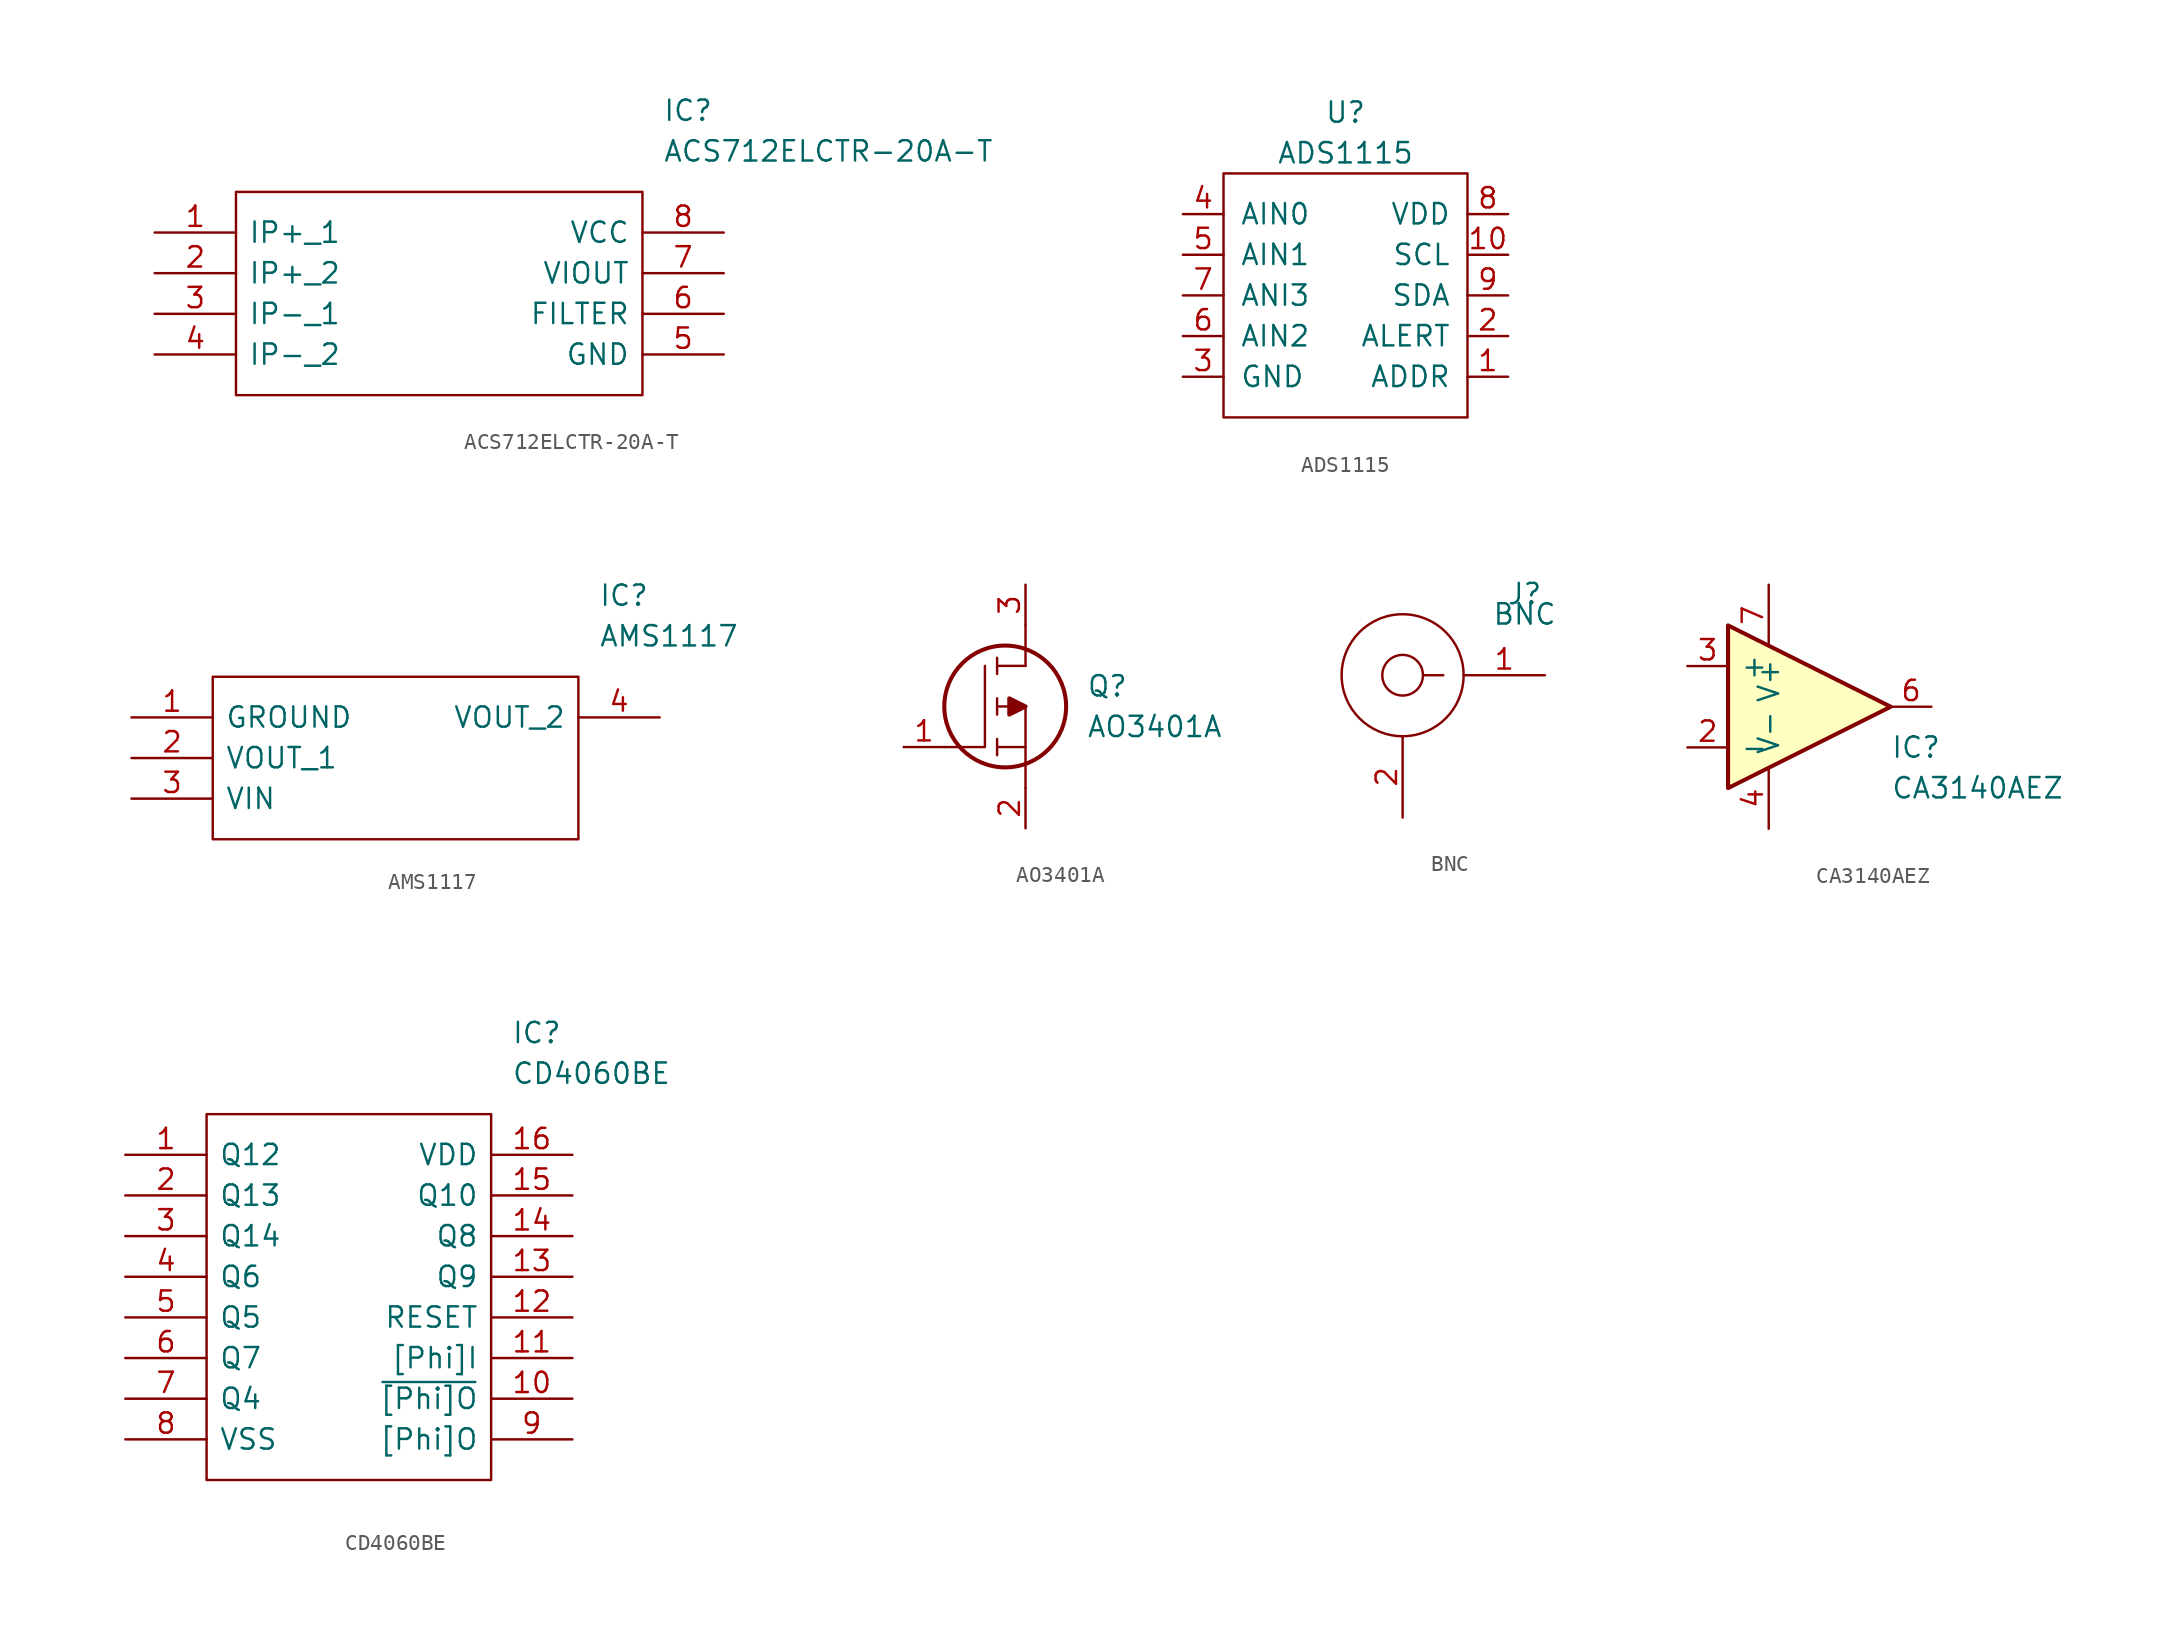
<source format=kicad_sym>
(kicad_symbol_lib
  (version 20231120)
  (generator "kicad_symbol_editor")
  (generator_version "8.0")
  (symbol "ACS712ELCTR-20A-T"
    (pin_names
      (offset 0.762))
    (property "Reference" "IC"
      (at 13.97 11.43 0)
      (effects (font (size 1.27 1.27)) (justify left)))
    (property "Value" "ACS712ELCTR-20A-T"
      (at 13.97 8.89 0)
      (effects (font (size 1.27 1.27)) (justify left)))
    (symbol "ACS712ELCTR-20A-T_0_0"
      (pin passive line (at -17.78 3.81 0) (length 5.08) (name "IP+_1" (effects (font (size 1.27 1.27)))) (number "1" (effects (font (size 1.27 1.27)))))
      (pin passive line (at -17.78 1.27 0) (length 5.08) (name "IP+_2" (effects (font (size 1.27 1.27)))) (number "2" (effects (font (size 1.27 1.27)))))
      (pin passive line (at -17.78 -1.27 0) (length 5.08) (name "IP-_1" (effects (font (size 1.27 1.27)))) (number "3" (effects (font (size 1.27 1.27)))))
      (pin passive line (at -17.78 -3.81 0) (length 5.08) (name "IP-_2" (effects (font (size 1.27 1.27)))) (number "4" (effects (font (size 1.27 1.27)))))
      (pin passive line (at 17.78 -3.81 180) (length 5.08) (name "GND" (effects (font (size 1.27 1.27)))) (number "5" (effects (font (size 1.27 1.27)))))
      (pin passive line (at 17.78 -1.27 180) (length 5.08) (name "FILTER" (effects (font (size 1.27 1.27)))) (number "6" (effects (font (size 1.27 1.27)))))
      (pin passive line (at 17.78 1.27 180) (length 5.08) (name "VIOUT" (effects (font (size 1.27 1.27)))) (number "7" (effects (font (size 1.27 1.27)))))
      (pin passive line (at 17.78 3.81 180) (length 5.08) (name "VCC" (effects (font (size 1.27 1.27)))) (number "8" (effects (font (size 1.27 1.27))))))
    (symbol "ACS712ELCTR-20A-T_0_1"
      (polyline (pts (xy -12.7 6.35) (xy 12.7 6.35) (xy 12.7 -6.35) (xy -12.7 -6.35) (xy -12.7 6.35)) (stroke (width 0.152) (type default)) (fill (type none)))))
  (symbol "ADS1115"
    (pin_names
      (offset 1.016))
    (property "Reference" "U"
      (at 0 11.43 0)
      (effects (font (size 1.27 1.27))))
    (property "Value" "ADS1115"
      (at 0 8.89 0)
      (effects (font (size 1.27 1.27))))
    (symbol "ADS1115_0_1"
      (rectangle (start -7.62 7.62) (end 7.62 -7.62) (stroke (width 0) (type default)) (fill (type none))))
    (symbol "ADS1115_1_1"
      (pin input line (at 10.16 -5.08 180) (length 2.54) (name "ADDR" (effects (font (size 1.27 1.27)))) (number "1" (effects (font (size 1.27 1.27)))))
      (pin input line (at 10.16 2.54 180) (length 2.54) (name "SCL" (effects (font (size 1.27 1.27)))) (number "10" (effects (font (size 1.27 1.27)))))
      (pin input line (at 10.16 -2.54 180) (length 2.54) (name "ALERT" (effects (font (size 1.27 1.27)))) (number "2" (effects (font (size 1.27 1.27)))))
      (pin input line (at -10.16 -5.08 0) (length 2.54) (name "GND" (effects (font (size 1.27 1.27)))) (number "3" (effects (font (size 1.27 1.27)))))
      (pin input line (at -10.16 5.08 0) (length 2.54) (name "AIN0" (effects (font (size 1.27 1.27)))) (number "4" (effects (font (size 1.27 1.27)))))
      (pin input line (at -10.16 2.54 0) (length 2.54) (name "AIN1" (effects (font (size 1.27 1.27)))) (number "5" (effects (font (size 1.27 1.27)))))
      (pin input line (at -10.16 -2.54 0) (length 2.54) (name "AIN2" (effects (font (size 1.27 1.27)))) (number "6" (effects (font (size 1.27 1.27)))))
      (pin input line (at -10.16 0 0) (length 2.54) (name "ANI3" (effects (font (size 1.27 1.27)))) (number "7" (effects (font (size 1.27 1.27)))))
      (pin input line (at 10.16 5.08 180) (length 2.54) (name "VDD" (effects (font (size 1.27 1.27)))) (number "8" (effects (font (size 1.27 1.27)))))
      (pin input line (at 10.16 0 180) (length 2.54) (name "SDA" (effects (font (size 1.27 1.27)))) (number "9" (effects (font (size 1.27 1.27)))))))
  (symbol "AMS1117"
    (pin_names
      (offset 0.762))
    (property "Reference" "IC"
      (at 29.21 7.62 0)
      (effects (font (size 1.27 1.27)) (justify left)))
    (property "Value" "AMS1117"
      (at 29.21 5.08 0)
      (effects (font (size 1.27 1.27)) (justify left)))
    (symbol "AMS1117_0_0"
      (pin passive line (at 0 0 0) (length 5.08) (name "GROUND" (effects (font (size 1.27 1.27)))) (number "1" (effects (font (size 1.27 1.27)))))
      (pin passive line (at 0 -2.54 0) (length 5.08) (name "VOUT_1" (effects (font (size 1.27 1.27)))) (number "2" (effects (font (size 1.27 1.27)))))
      (pin passive line (at 0 -5.08 0) (length 5.08) (name "VIN" (effects (font (size 1.27 1.27)))) (number "3" (effects (font (size 1.27 1.27)))))
      (pin passive line (at 33.02 0 180) (length 5.08) (name "VOUT_2" (effects (font (size 1.27 1.27)))) (number "4" (effects (font (size 1.27 1.27))))))
    (symbol "AMS1117_0_1"
      (polyline (pts (xy 5.08 2.54) (xy 27.94 2.54) (xy 27.94 -7.62) (xy 5.08 -7.62) (xy 5.08 2.54)) (stroke (width 0.152) (type default)) (fill (type none)))))
  (symbol "AO3401A"
    (pin_names
      (offset 0.762))
    (property "Reference" "Q"
      (at 5.08 1.27 0)
      (effects (font (size 1.27 1.27)) (justify left)))
    (property "Value" "AO3401A"
      (at 5.08 -1.27 0)
      (effects (font (size 1.27 1.27)) (justify left)))
    (symbol "AO3401A_0_0"
      (pin passive line (at -6.35 -2.54 0) (length 2.54) (name "~" (effects (font (size 1.27 1.27)))) (number "1" (effects (font (size 1.27 1.27)))))
      (pin passive line (at 1.27 -7.62 90) (length 2.54) (name "~" (effects (font (size 1.27 1.27)))) (number "2" (effects (font (size 1.27 1.27)))))
      (pin passive line (at 1.27 7.62 270) (length 2.54) (name "~" (effects (font (size 1.27 1.27)))) (number "3" (effects (font (size 1.27 1.27))))))
    (symbol "AO3401A_0_1"
      (polyline (pts (xy -0.508 -3.048) (xy -0.508 -2.032)) (stroke (width 0.152) (type default)) (fill (type none)))
      (polyline (pts (xy -0.508 -2.54) (xy 1.27 -2.54)) (stroke (width 0.152) (type default)) (fill (type none)))
      (polyline (pts (xy -0.508 -0.508) (xy -0.508 0.508)) (stroke (width 0.152) (type default)) (fill (type none)))
      (polyline (pts (xy -0.508 3.048) (xy -0.508 2.032)) (stroke (width 0.152) (type default)) (fill (type none)))
      (polyline (pts (xy 1.27 0) (xy -0.508 0)) (stroke (width 0.152) (type default)) (fill (type none)))
      (polyline (pts (xy 1.27 0) (xy 1.27 -5.08)) (stroke (width 0.152) (type default)) (fill (type none)))
      (polyline (pts (xy 1.27 2.54) (xy -0.508 2.54)) (stroke (width 0.152) (type default)) (fill (type none)))
      (polyline (pts (xy 1.27 2.54) (xy 1.27 5.08)) (stroke (width 0.152) (type default)) (fill (type none)))
      (polyline (pts (xy -3.81 -2.54) (xy -1.27 -2.54) (xy -1.27 2.54)) (stroke (width 0.152) (type default)) (fill (type none)))
      (polyline (pts (xy 1.27 0) (xy 0.254 0.508) (xy 0.254 -0.508) (xy 1.27 0)) (stroke (width 0.254) (type default)) (fill (type outline)))
      (circle (center 0 0) (radius 3.81) (stroke (width 0.254) (type default)) (fill (type none)))))
  (symbol "BNC"
    (pin_names
      (offset 1.016) hide)
    (property "Reference" "J"
      (at 7.62 5.08 0)
      (effects (font (size 1.27 1.27))))
    (property "Value" "BNC"
      (at 7.62 3.81 0)
      (effects (font (size 1.27 1.27))))
    (symbol "BNC_0_0"
      (pin passive line (at 8.89 0 180) (length 5.08) (name "OUT" (effects (font (size 1.27 1.27)))) (number "1" (effects (font (size 1.27 1.27)))))
      (pin passive line (at 0 -8.89 90) (length 5.08) (name "GND" (effects (font (size 1.27 1.27)))) (number "2" (effects (font (size 1.27 1.27))))))
    (symbol "BNC_0_1"
      (polyline (pts (xy 1.27 0) (xy 2.54 0)) (stroke (width 0) (type default)) (fill (type none)))
      (circle (center 0 0) (radius 1.27) (stroke (width 0) (type default)) (fill (type none)))
      (circle (center 0 0) (radius 3.81) (stroke (width 0) (type default)) (fill (type none)))))
  (symbol "CA3140AEZ"
    (pin_names
      (offset 0.762))
    (property "Reference" "IC"
      (at 5.08 -2.54 0)
      (effects (font (size 1.27 1.27)) (justify left)))
    (property "Value" "CA3140AEZ"
      (at 5.08 -5.08 0)
      (effects (font (size 1.27 1.27)) (justify left)))
    (symbol "CA3140AEZ_0_0"
      (pin passive line (at 0 -7.62 90) (length 5.08) hide (name "OFFSET_NULL_1" (effects (font (size 1.27 1.27)))) (number "1" (effects (font (size 1.27 1.27)))))
      (pin passive line (at 2.54 -6.35 90) (length 5.08) hide (name "OFFSET_NULL_2" (effects (font (size 1.27 1.27)))) (number "5" (effects (font (size 1.27 1.27)))))
      (pin passive line (at 2.54 6.35 270) (length 5.08) hide (name "STROBE" (effects (font (size 1.27 1.27)))) (number "8" (effects (font (size 1.27 1.27))))))
    (symbol "CA3140AEZ_1_1"
      (polyline (pts (xy -5.08 5.08) (xy 5.08 0) (xy -5.08 -5.08) (xy -5.08 5.08)) (stroke (width 0.254) (type default)) (fill (type background)))
      (pin input line (at -7.62 -2.54 0) (length 2.54) (name "-" (effects (font (size 1.27 1.27)))) (number "2" (effects (font (size 1.27 1.27)))))
      (pin input line (at -7.62 2.54 0) (length 2.54) (name "+" (effects (font (size 1.27 1.27)))) (number "3" (effects (font (size 1.27 1.27)))))
      (pin power_in line (at -2.54 -7.62 90) (length 3.81) (name "V-" (effects (font (size 1.27 1.27)))) (number "4" (effects (font (size 1.27 1.27)))))
      (pin output line (at 7.62 0 180) (length 2.54) (name "~" (effects (font (size 1.27 1.27)))) (number "6" (effects (font (size 1.27 1.27)))))
      (pin power_in line (at -2.54 7.62 270) (length 3.81) (name "V+" (effects (font (size 1.27 1.27)))) (number "7" (effects (font (size 1.27 1.27)))))))
  (symbol "CD4060BE"
    (pin_names
      (offset 0.762))
    (property "Reference" "IC"
      (at 24.13 7.62 0)
      (effects (font (size 1.27 1.27)) (justify left)))
    (property "Value" "CD4060BE"
      (at 24.13 5.08 0)
      (effects (font (size 1.27 1.27)) (justify left)))
    (symbol "CD4060BE_0_0"
      (pin passive line (at 0 0 0) (length 5.08) (name "Q12" (effects (font (size 1.27 1.27)))) (number "1" (effects (font (size 1.27 1.27)))))
      (pin passive line (at 27.94 -15.24 180) (length 5.08) (name "~{[Phi]O}" (effects (font (size 1.27 1.27)))) (number "10" (effects (font (size 1.27 1.27)))))
      (pin passive line (at 27.94 -12.7 180) (length 5.08) (name "[Phi]I" (effects (font (size 1.27 1.27)))) (number "11" (effects (font (size 1.27 1.27)))))
      (pin passive line (at 27.94 -10.16 180) (length 5.08) (name "RESET" (effects (font (size 1.27 1.27)))) (number "12" (effects (font (size 1.27 1.27)))))
      (pin passive line (at 27.94 -7.62 180) (length 5.08) (name "Q9" (effects (font (size 1.27 1.27)))) (number "13" (effects (font (size 1.27 1.27)))))
      (pin passive line (at 27.94 -5.08 180) (length 5.08) (name "Q8" (effects (font (size 1.27 1.27)))) (number "14" (effects (font (size 1.27 1.27)))))
      (pin passive line (at 27.94 -2.54 180) (length 5.08) (name "Q10" (effects (font (size 1.27 1.27)))) (number "15" (effects (font (size 1.27 1.27)))))
      (pin passive line (at 27.94 0 180) (length 5.08) (name "VDD" (effects (font (size 1.27 1.27)))) (number "16" (effects (font (size 1.27 1.27)))))
      (pin passive line (at 0 -2.54 0) (length 5.08) (name "Q13" (effects (font (size 1.27 1.27)))) (number "2" (effects (font (size 1.27 1.27)))))
      (pin passive line (at 0 -5.08 0) (length 5.08) (name "Q14" (effects (font (size 1.27 1.27)))) (number "3" (effects (font (size 1.27 1.27)))))
      (pin passive line (at 0 -7.62 0) (length 5.08) (name "Q6" (effects (font (size 1.27 1.27)))) (number "4" (effects (font (size 1.27 1.27)))))
      (pin passive line (at 0 -10.16 0) (length 5.08) (name "Q5" (effects (font (size 1.27 1.27)))) (number "5" (effects (font (size 1.27 1.27)))))
      (pin passive line (at 0 -12.7 0) (length 5.08) (name "Q7" (effects (font (size 1.27 1.27)))) (number "6" (effects (font (size 1.27 1.27)))))
      (pin passive line (at 0 -15.24 0) (length 5.08) (name "Q4" (effects (font (size 1.27 1.27)))) (number "7" (effects (font (size 1.27 1.27)))))
      (pin passive line (at 0 -17.78 0) (length 5.08) (name "VSS" (effects (font (size 1.27 1.27)))) (number "8" (effects (font (size 1.27 1.27)))))
      (pin passive line (at 27.94 -17.78 180) (length 5.08) (name "[Phi]O" (effects (font (size 1.27 1.27)))) (number "9" (effects (font (size 1.27 1.27))))))
    (symbol "CD4060BE_0_1"
      (polyline (pts (xy 5.08 2.54) (xy 22.86 2.54) (xy 22.86 -20.32) (xy 5.08 -20.32) (xy 5.08 2.54)) (stroke (width 0.152) (type default)) (fill (type none))))))
</source>
